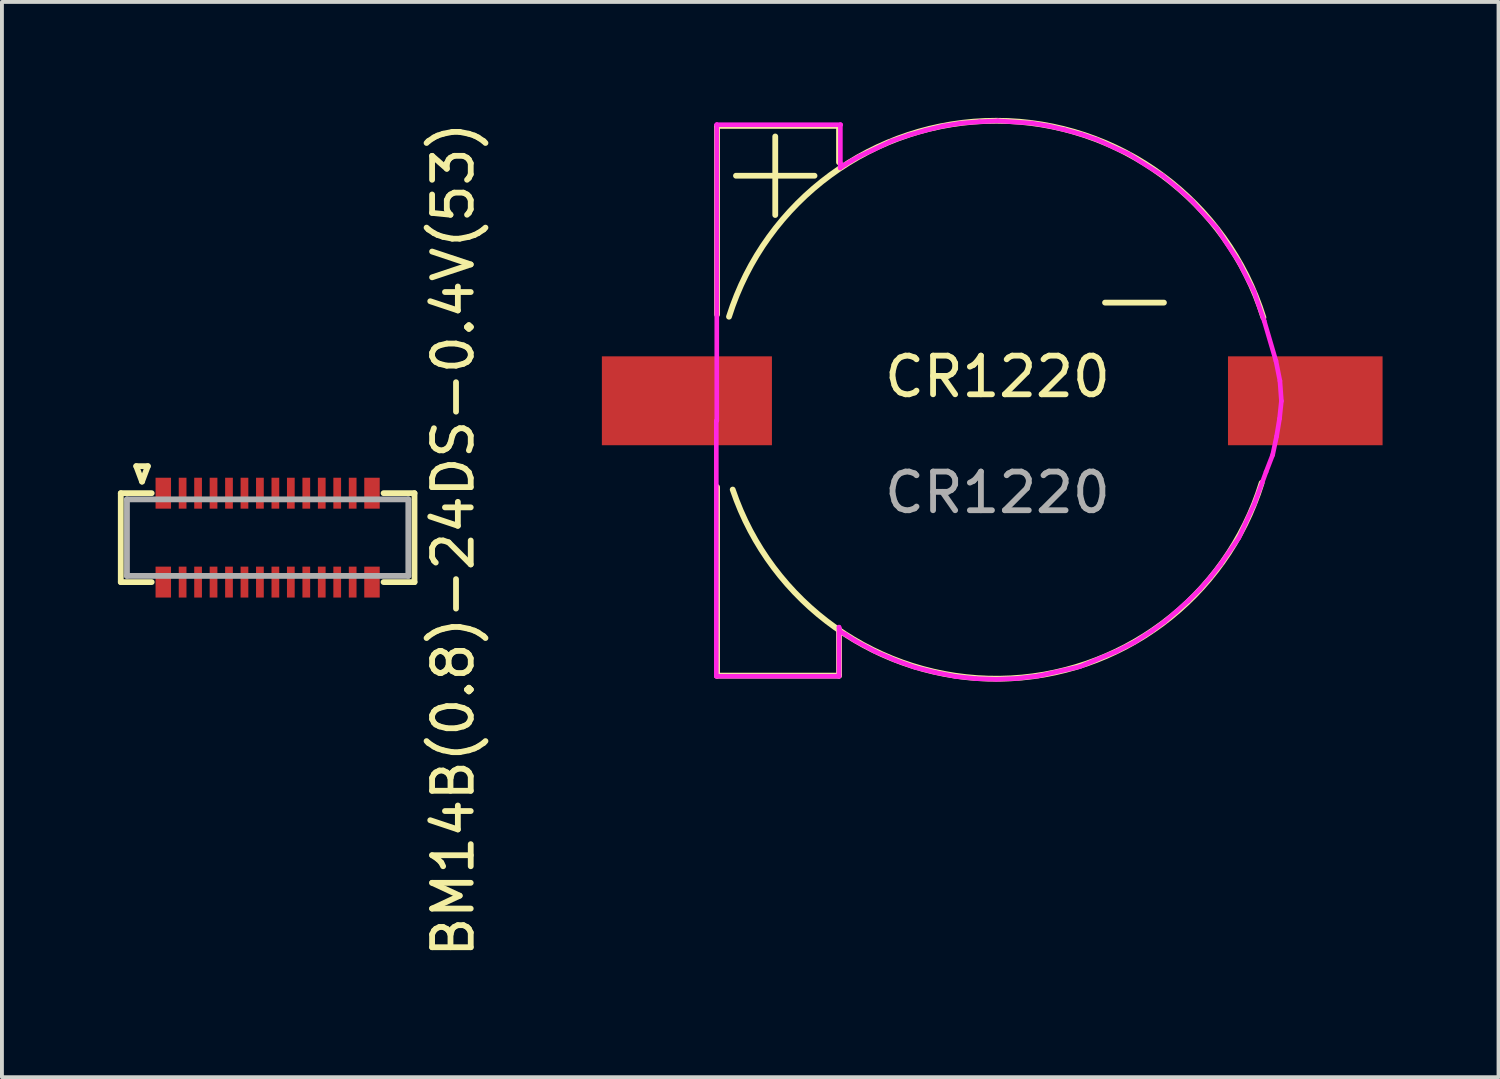
<source format=kicad_pcb>
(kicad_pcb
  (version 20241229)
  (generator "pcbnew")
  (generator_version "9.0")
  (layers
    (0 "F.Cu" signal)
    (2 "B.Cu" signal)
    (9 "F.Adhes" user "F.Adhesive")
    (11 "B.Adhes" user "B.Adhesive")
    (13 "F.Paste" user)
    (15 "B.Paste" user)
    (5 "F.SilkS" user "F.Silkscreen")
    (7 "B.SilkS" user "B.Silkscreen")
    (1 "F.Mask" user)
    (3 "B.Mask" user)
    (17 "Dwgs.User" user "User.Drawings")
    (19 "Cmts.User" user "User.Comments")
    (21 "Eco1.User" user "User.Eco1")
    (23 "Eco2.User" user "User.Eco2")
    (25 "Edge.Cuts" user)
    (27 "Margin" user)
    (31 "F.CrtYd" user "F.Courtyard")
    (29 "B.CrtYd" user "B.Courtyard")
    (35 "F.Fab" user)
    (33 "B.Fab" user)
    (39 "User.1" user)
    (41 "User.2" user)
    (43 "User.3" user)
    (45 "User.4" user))
  (footprint "CR1220"
    (layer "F.Cu")
    (at 22.759 7.197)
    (property "Reference" "CR1220" (at 0 -0.5 0) (unlocked yes) (layer "F.SilkS") (effects (font (size 1 1) (thickness 0.15))))
    (attr smd)
    (fp_line (start -7.256 -6.989) (end -7.256 -2.108) (stroke (width 0.15) (type solid)) (layer "F.SilkS"))
    (fp_line (start -7.256 2.354) (end -7.256 7.235) (stroke (width 0.15) (type solid)) (layer "F.SilkS"))
    (fp_line (start -7.256 7.235) (end -4.1 7.235) (stroke (width 0.15) (type solid)) (layer "F.SilkS"))
    (fp_line (start -6.766 -5.7) (end -4.734 -5.7) (stroke (width 0.15) (type solid)) (layer "F.SilkS"))
    (fp_line (start -5.75 -4.684) (end -5.75 -6.716) (stroke (width 0.15) (type solid)) (layer "F.SilkS"))
    (fp_line (start -4.1 -6.989) (end -7.256 -6.989) (stroke (width 0.15) (type solid)) (layer "F.SilkS"))
    (fp_line (start -4.1 -6.048) (end -4.1 -6.989) (stroke (width 0.15) (type solid)) (layer "F.SilkS"))
    (fp_line (start -4.1 7.235) (end -4.1 6.035) (stroke (width 0.15) (type solid)) (layer "F.SilkS"))
    (fp_line (start 2.783 -2.417) (end 4.307 -2.417) (stroke (width 0.15) (type solid)) (layer "F.SilkS"))
    (fp_arc (start -6.947 -2.052) (mid -0.025028 -7.122166) (end 6.881556 -2.031059) (stroke (width 0.15) (type solid)) (layer "F.SilkS"))
    (fp_arc (start 6.835 2.247) (mid 0.054939 7.314227) (end -6.851092 2.420072) (stroke (width 0.15) (type solid)) (layer "F.SilkS"))
    (fp_line (start -7.275 0.646) (end -7.275 7.25) (stroke (width 0.12) (type solid)) (layer "F.CrtYd"))
    (fp_line (start -7.275 7.25) (end -4.1 7.25) (stroke (width 0.12) (type solid)) (layer "F.CrtYd"))
    (fp_line (start -7.263 -7.02) (end -7.263 -7.019) (stroke (width 0.12) (type solid)) (layer "F.CrtYd"))
    (fp_line (start -7.263 -7.019) (end -7.263 0.634) (stroke (width 0.12) (type solid)) (layer "F.CrtYd"))
    (fp_line (start -7.263 0.634) (end -7.275 0.646) (stroke (width 0.12) (type solid)) (layer "F.CrtYd"))
    (fp_line (start -4.1 5.98) (end -4.076 6.09) (stroke (width 0.12) (type solid)) (layer "F.CrtYd"))
    (fp_line (start -4.1 7.25) (end -4.1 5.98) (stroke (width 0.12) (type solid)) (layer "F.CrtYd"))
    (fp_line (start -4.076 6.09) (end -3.932 6.172) (stroke (width 0.12) (type solid)) (layer "F.CrtYd"))
    (fp_line (start -4.07 -5.903) (end -4.065 -6.035) (stroke (width 0.12) (type solid)) (layer "F.CrtYd"))
    (fp_line (start -4.065 -7.015) (end -4.061 -7.02) (stroke (width 0.12) (type solid)) (layer "F.CrtYd"))
    (fp_line (start -4.065 -6.035) (end -4.065 -7.015) (stroke (width 0.12) (type solid)) (layer "F.CrtYd"))
    (fp_line (start -4.061 -7.02) (end -7.263 -7.02) (stroke (width 0.12) (type solid)) (layer "F.CrtYd"))
    (fp_line (start -3.932 6.172) (end -3.681 6.335) (stroke (width 0.12) (type solid)) (layer "F.CrtYd"))
    (fp_line (start -3.928 -5.997) (end -4.07 -5.903) (stroke (width 0.12) (type solid)) (layer "F.CrtYd"))
    (fp_line (start -3.773 -6.09) (end -3.928 -5.997) (stroke (width 0.12) (type solid)) (layer "F.CrtYd"))
    (fp_line (start -3.681 6.335) (end -3.167 6.61) (stroke (width 0.12) (type solid)) (layer "F.CrtYd"))
    (fp_line (start -3.569 -6.205) (end -3.773 -6.09) (stroke (width 0.12) (type solid)) (layer "F.CrtYd"))
    (fp_line (start -3.167 6.61) (end -2.65 6.834) (stroke (width 0.12) (type solid)) (layer "F.CrtYd"))
    (fp_line (start -2.741 -6.596) (end -3.569 -6.205) (stroke (width 0.12) (type solid)) (layer "F.CrtYd"))
    (fp_line (start -2.65 6.834) (end -2.128 7.021) (stroke (width 0.12) (type solid)) (layer "F.CrtYd"))
    (fp_line (start -2.296 -6.751) (end -2.741 -6.596) (stroke (width 0.12) (type solid)) (layer "F.CrtYd"))
    (fp_line (start -2.128 7.021) (end -1.604 7.152) (stroke (width 0.12) (type solid)) (layer "F.CrtYd"))
    (fp_line (start -1.858 -6.878) (end -2.296 -6.751) (stroke (width 0.12) (type solid)) (layer "F.CrtYd"))
    (fp_line (start -1.604 7.152) (end -1.081 7.255) (stroke (width 0.12) (type solid)) (layer "F.CrtYd"))
    (fp_line (start -1.408 -6.985) (end -1.858 -6.878) (stroke (width 0.12) (type solid)) (layer "F.CrtYd"))
    (fp_line (start -1.081 7.255) (end -0.557 7.311) (stroke (width 0.12) (type solid)) (layer "F.CrtYd"))
    (fp_line (start -0.949 -7.06) (end -1.408 -6.985) (stroke (width 0.12) (type solid)) (layer "F.CrtYd"))
    (fp_line (start -0.557 7.311) (end -0.033 7.329) (stroke (width 0.12) (type solid)) (layer "F.CrtYd"))
    (fp_line (start -0.466 -7.098) (end -0.949 -7.06) (stroke (width 0.12) (type solid)) (layer "F.CrtYd"))
    (fp_line (start -0.033 7.329) (end 0.508 7.306) (stroke (width 0.12) (type solid)) (layer "F.CrtYd"))
    (fp_line (start 0.011 -7.12) (end -0.466 -7.098) (stroke (width 0.12) (type solid)) (layer "F.CrtYd"))
    (fp_line (start 0.508 7.306) (end 1.056 7.242) (stroke (width 0.12) (type solid)) (layer "F.CrtYd"))
    (fp_line (start 0.884 -7.062) (end 0.011 -7.12) (stroke (width 0.12) (type solid)) (layer "F.CrtYd"))
    (fp_line (start 1.056 7.242) (end 2.129 7.002) (stroke (width 0.12) (type solid)) (layer "F.CrtYd"))
    (fp_line (start 1.323 -6.987) (end 0.884 -7.062) (stroke (width 0.12) (type solid)) (layer "F.CrtYd"))
    (fp_line (start 1.736 -6.892) (end 1.323 -6.987) (stroke (width 0.12) (type solid)) (layer "F.CrtYd"))
    (fp_line (start 2.129 7.002) (end 3.082 6.604) (stroke (width 0.12) (type solid)) (layer "F.CrtYd"))
    (fp_line (start 2.166 -6.774) (end 1.736 -6.892) (stroke (width 0.12) (type solid)) (layer "F.CrtYd"))
    (fp_line (start 2.58 -6.631) (end 2.166 -6.774) (stroke (width 0.12) (type solid)) (layer "F.CrtYd"))
    (fp_line (start 3.082 6.604) (end 3.554 6.363) (stroke (width 0.12) (type solid)) (layer "F.CrtYd"))
    (fp_line (start 3.401 -6.257) (end 2.58 -6.631) (stroke (width 0.12) (type solid)) (layer "F.CrtYd"))
    (fp_line (start 3.554 6.363) (end 3.997 6.074) (stroke (width 0.12) (type solid)) (layer "F.CrtYd"))
    (fp_line (start 3.997 6.074) (end 4.323 5.838) (stroke (width 0.12) (type solid)) (layer "F.CrtYd"))
    (fp_line (start 4.268 -5.706) (end 3.401 -6.257) (stroke (width 0.12) (type solid)) (layer "F.CrtYd"))
    (fp_line (start 4.323 5.838) (end 4.629 5.577) (stroke (width 0.12) (type solid)) (layer "F.CrtYd"))
    (fp_line (start 4.629 5.577) (end 4.943 5.295) (stroke (width 0.12) (type solid)) (layer "F.CrtYd"))
    (fp_line (start 4.655 -5.389) (end 4.268 -5.706) (stroke (width 0.12) (type solid)) (layer "F.CrtYd"))
    (fp_line (start 4.943 5.295) (end 5.241 4.997) (stroke (width 0.12) (type solid)) (layer "F.CrtYd"))
    (fp_line (start 5.03 -5.051) (end 4.655 -5.389) (stroke (width 0.12) (type solid)) (layer "F.CrtYd"))
    (fp_line (start 5.241 4.997) (end 5.523 4.673) (stroke (width 0.12) (type solid)) (layer "F.CrtYd"))
    (fp_line (start 5.523 4.673) (end 5.777 4.349) (stroke (width 0.12) (type solid)) (layer "F.CrtYd"))
    (fp_line (start 5.675 -4.342) (end 5.03 -5.051) (stroke (width 0.12) (type solid)) (layer "F.CrtYd"))
    (fp_line (start 5.777 4.349) (end 6.245 3.666) (stroke (width 0.12) (type solid)) (layer "F.CrtYd"))
    (fp_line (start 6.245 -3.474) (end 5.675 -4.342) (stroke (width 0.12) (type solid)) (layer "F.CrtYd"))
    (fp_line (start 6.245 3.666) (end 6.645 2.795) (stroke (width 0.12) (type solid)) (layer "F.CrtYd"))
    (fp_line (start 6.635 -2.708) (end 6.245 -3.474) (stroke (width 0.12) (type solid)) (layer "F.CrtYd"))
    (fp_line (start 6.645 2.795) (end 6.95 1.961) (stroke (width 0.12) (type solid)) (layer "F.CrtYd"))
    (fp_line (start 6.902 -1.941) (end 6.635 -2.708) (stroke (width 0.12) (type solid)) (layer "F.CrtYd"))
    (fp_line (start 6.95 1.961) (end 7.12 1.522) (stroke (width 0.12) (type solid)) (layer "F.CrtYd"))
    (fp_line (start 7.12 1.522) (end 7.222 1.043) (stroke (width 0.12) (type solid)) (layer "F.CrtYd"))
    (fp_line (start 7.205 -0.908) (end 6.902 -1.941) (stroke (width 0.12) (type solid)) (layer "F.CrtYd"))
    (fp_line (start 7.222 1.043) (end 7.298 0.584) (stroke (width 0.12) (type solid)) (layer "F.CrtYd"))
    (fp_line (start 7.298 0.584) (end 7.346 0.129) (stroke (width 0.12) (type solid)) (layer "F.CrtYd"))
    (fp_line (start 7.308 -0.392) (end 7.205 -0.908) (stroke (width 0.12) (type solid)) (layer "F.CrtYd"))
    (fp_line (start 7.346 0.129) (end 7.308 -0.392) (stroke (width 0.12) (type solid)) (layer "F.CrtYd"))
    (fp_text user "${REFERENCE}" (at 0 2.5 0) (unlocked yes) (layer "F.Fab") (effects (font (size 1 1) (thickness 0.15))))
    (pad "1" smd rect (at -8.036 0.123 180) (size 4.4 2.3) (layers "F.Cu" "F.Mask" "F.Paste"))
    (pad "2" smd rect (at 7.964 0.123 180) (size 4 2.3) (layers "F.Cu" "F.Mask" "F.Paste")))
  (footprint "BM14B(0.8)-24DS-0.4V(53)"
    (layer "F.Cu")
    (at 3.875 10.861)
    (property "Reference" "BM14B(0.8)-24DS-0.4V(53)" (at 4.8 0.05 90) (layer "F.SilkS") (effects (font (size 1 1) (thickness 0.15))))
    (attr smd)
    (fp_line (start -3.8 -1.15) (end -3 -1.15) (stroke (width 0.15) (type solid)) (layer "F.SilkS"))
    (fp_line (start -3.8 1.15) (end -3.8 -1.15) (stroke (width 0.15) (type solid)) (layer "F.SilkS"))
    (fp_line (start -3.4 -1.85) (end -3.1 -1.85) (stroke (width 0.15) (type solid)) (layer "F.SilkS"))
    (fp_line (start -3.25 -1.45) (end -3.4 -1.85) (stroke (width 0.15) (type solid)) (layer "F.SilkS"))
    (fp_line (start -3.1 -1.85) (end -3.25 -1.45) (stroke (width 0.15) (type solid)) (layer "F.SilkS"))
    (fp_line (start -3 1.15) (end -3.8 1.15) (stroke (width 0.15) (type solid)) (layer "F.SilkS"))
    (fp_line (start 3 -1.15) (end 3.8 -1.15) (stroke (width 0.15) (type solid)) (layer "F.SilkS"))
    (fp_line (start 3.8 -1.15) (end 3.8 1.15) (stroke (width 0.15) (type solid)) (layer "F.SilkS"))
    (fp_line (start 3.8 1.15) (end 3 1.15) (stroke (width 0.15) (type solid)) (layer "F.SilkS"))
    (fp_line (start -3.64 -0.99) (end 3.64 -0.99) (stroke (width 0.15) (type solid)) (layer "F.Fab"))
    (fp_line (start -3.64 0.99) (end -3.64 -0.99) (stroke (width 0.15) (type solid)) (layer "F.Fab"))
    (fp_line (start 3.64 -0.99) (end 3.64 0.99) (stroke (width 0.15) (type solid)) (layer "F.Fab"))
    (fp_line (start 3.64 0.99) (end -3.64 0.99) (stroke (width 0.15) (type solid)) (layer "F.Fab"))
    (pad "1" smd rect (at -2.7 -1.15) (size 0.4 0.8) (layers "F.Cu" "F.Mask" "F.Paste"))
    (pad "2" smd rect (at -2.2 -1.15) (size 0.2 0.8) (layers "F.Cu" "F.Mask" "F.Paste"))
    (pad "3" smd rect (at -1.8 -1.15) (size 0.2 0.8) (layers "F.Cu" "F.Mask" "F.Paste"))
    (pad "4" smd rect (at -1.4 -1.15) (size 0.2 0.8) (layers "F.Cu" "F.Mask" "F.Paste"))
    (pad "5" smd rect (at -1 -1.15) (size 0.2 0.8) (layers "F.Cu" "F.Mask" "F.Paste"))
    (pad "6" smd rect (at -0.6 -1.15) (size 0.2 0.8) (layers "F.Cu" "F.Mask" "F.Paste"))
    (pad "7" smd rect (at -0.2 -1.15) (size 0.2 0.8) (layers "F.Cu" "F.Mask" "F.Paste"))
    (pad "8" smd rect (at 0.2 -1.15) (size 0.2 0.8) (layers "F.Cu" "F.Mask" "F.Paste"))
    (pad "9" smd rect (at 0.6 -1.15) (size 0.2 0.8) (layers "F.Cu" "F.Mask" "F.Paste"))
    (pad "10" smd rect (at 1 -1.15) (size 0.2 0.8) (layers "F.Cu" "F.Mask" "F.Paste"))
    (pad "11" smd rect (at 1.4 -1.15) (size 0.2 0.8) (layers "F.Cu" "F.Mask" "F.Paste"))
    (pad "12" smd rect (at 1.8 -1.15) (size 0.2 0.8) (layers "F.Cu" "F.Mask" "F.Paste"))
    (pad "13" smd rect (at 2.2 -1.15) (size 0.2 0.8) (layers "F.Cu" "F.Mask" "F.Paste"))
    (pad "14" smd rect (at 2.7 -1.15) (size 0.4 0.8) (layers "F.Cu" "F.Mask" "F.Paste"))
    (pad "15" smd rect (at 2.7 1.15) (size 0.4 0.8) (layers "F.Cu" "F.Mask" "F.Paste"))
    (pad "16" smd rect (at 2.2 1.15) (size 0.2 0.8) (layers "F.Cu" "F.Mask" "F.Paste"))
    (pad "17" smd rect (at 1.8 1.15) (size 0.2 0.8) (layers "F.Cu" "F.Mask" "F.Paste"))
    (pad "18" smd rect (at 1.4 1.15) (size 0.2 0.8) (layers "F.Cu" "F.Mask" "F.Paste"))
    (pad "19" smd rect (at 1 1.15) (size 0.2 0.8) (layers "F.Cu" "F.Mask" "F.Paste"))
    (pad "20" smd rect (at 0.6 1.15) (size 0.2 0.8) (layers "F.Cu" "F.Mask" "F.Paste"))
    (pad "21" smd rect (at 0.2 1.15) (size 0.2 0.8) (layers "F.Cu" "F.Mask" "F.Paste"))
    (pad "22" smd rect (at -0.2 1.15) (size 0.2 0.8) (layers "F.Cu" "F.Mask" "F.Paste"))
    (pad "23" smd rect (at -0.6 1.15) (size 0.2 0.8) (layers "F.Cu" "F.Mask" "F.Paste"))
    (pad "24" smd rect (at -1 1.15) (size 0.2 0.8) (layers "F.Cu" "F.Mask" "F.Paste"))
    (pad "25" smd rect (at -1.4 1.15) (size 0.2 0.8) (layers "F.Cu" "F.Mask" "F.Paste"))
    (pad "26" smd rect (at -1.8 1.15) (size 0.2 0.8) (layers "F.Cu" "F.Mask" "F.Paste"))
    (pad "27" smd rect (at -2.2 1.15) (size 0.2 0.8) (layers "F.Cu" "F.Mask" "F.Paste"))
    (pad "28" smd rect (at -2.7 1.15) (size 0.4 0.8) (layers "F.Cu" "F.Mask" "F.Paste")))
  (gr_rect
    (start -3 -3)
    (end 35.723 24.821)
    (stroke (width 0.1) (type default))
    (fill no)
    (layer "Edge.Cuts")))
</source>
